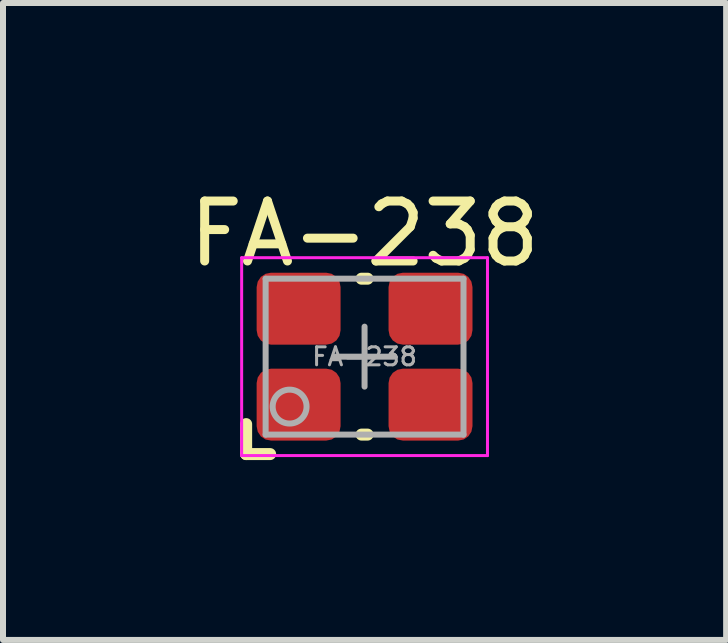
<source format=kicad_pcb>
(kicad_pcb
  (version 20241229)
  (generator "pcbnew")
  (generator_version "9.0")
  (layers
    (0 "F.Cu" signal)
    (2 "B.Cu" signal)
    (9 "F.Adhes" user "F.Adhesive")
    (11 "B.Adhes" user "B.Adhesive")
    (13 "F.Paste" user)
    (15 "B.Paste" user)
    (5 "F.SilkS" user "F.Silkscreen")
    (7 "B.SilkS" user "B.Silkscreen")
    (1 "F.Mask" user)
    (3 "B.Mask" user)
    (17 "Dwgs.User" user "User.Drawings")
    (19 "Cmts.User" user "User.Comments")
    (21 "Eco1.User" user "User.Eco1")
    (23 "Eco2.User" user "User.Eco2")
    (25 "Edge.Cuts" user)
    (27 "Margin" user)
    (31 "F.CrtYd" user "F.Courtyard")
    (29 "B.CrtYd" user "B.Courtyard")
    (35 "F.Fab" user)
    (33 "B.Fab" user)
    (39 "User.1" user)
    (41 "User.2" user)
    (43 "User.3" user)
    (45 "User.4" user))
  (footprint "FA-238"
    (layer "F.Cu")
    (at 3.03 2.898)
    (property "Reference" "FA-238" (at 0 -2.05 0) (layer "F.SilkS") (effects (font (size 1 1) (thickness 0.15))))
    (attr smd)
    (fp_line (start -1.975 1.125) (end -1.975 1.625) (stroke (width 0.2) (type solid)) (layer "F.SilkS"))
    (fp_line (start -1.975 1.625) (end -1.575 1.625) (stroke (width 0.2) (type solid)) (layer "F.SilkS"))
    (fp_line (start -0.05 -1.3) (end 0.05 -1.3) (stroke (width 0.2) (type solid)) (layer "F.SilkS"))
    (fp_line (start -0.05 1.3) (end 0.05 1.3) (stroke (width 0.2) (type solid)) (layer "F.SilkS"))
    (fp_line (start -2.05 -1.65) (end 2.05 -1.65) (stroke (width 0.05) (type solid)) (layer "F.CrtYd"))
    (fp_line (start -2.05 1.65) (end -2.05 -1.65) (stroke (width 0.05) (type solid)) (layer "F.CrtYd"))
    (fp_line (start 2.05 -1.65) (end 2.05 1.65) (stroke (width 0.05) (type solid)) (layer "F.CrtYd"))
    (fp_line (start 2.05 1.65) (end -2.05 1.65) (stroke (width 0.05) (type solid)) (layer "F.CrtYd"))
    (fp_line (start -1.65 -1.3) (end 1.65 -1.3) (stroke (width 0.1) (type solid)) (layer "F.Fab"))
    (fp_line (start -1.65 1.3) (end -1.65 -1.3) (stroke (width 0.1) (type solid)) (layer "F.Fab"))
    (fp_line (start -0.5 0) (end 0.5 0) (stroke (width 0.1) (type solid)) (layer "F.Fab"))
    (fp_line (start 0 -0.5) (end 0 0.5) (stroke (width 0.1) (type solid)) (layer "F.Fab"))
    (fp_line (start 1.65 -1.3) (end 1.65 1.3) (stroke (width 0.1) (type solid)) (layer "F.Fab"))
    (fp_line (start 1.65 1.3) (end -1.65 1.3) (stroke (width 0.1) (type solid)) (layer "F.Fab"))
    (fp_circle (center -1.25 0.833) (end -1.05 1.033) (stroke (width 0.1) (type solid)) (fill no) (layer "F.Fab"))
    (fp_text user "${REFERENCE}" (at 0 0 0) (layer "F.Fab") (effects (font (size 0.3 0.3) (thickness 0.05))))
    (pad "1" smd roundrect (at -1.1 0.8) (size 1.4 1.2) (layers "F.Cu" "F.Mask" "F.Paste") (roundrect_rratio 0.2))
    (pad "2" smd roundrect (at 1.1 0.8) (size 1.4 1.2) (layers "F.Cu" "F.Mask" "F.Paste") (roundrect_rratio 0.2))
    (pad "3" smd roundrect (at 1.1 -0.8) (size 1.4 1.2) (layers "F.Cu" "F.Mask" "F.Paste") (roundrect_rratio 0.2))
    (pad "4" smd roundrect (at -1.1 -0.8) (size 1.4 1.2) (layers "F.Cu" "F.Mask" "F.Paste") (roundrect_rratio 0.2)))
  (gr_rect
    (start -3 -3)
    (end 9.06 7.623)
    (stroke (width 0.1) (type default))
    (fill no)
    (layer "Edge.Cuts")))
</source>
